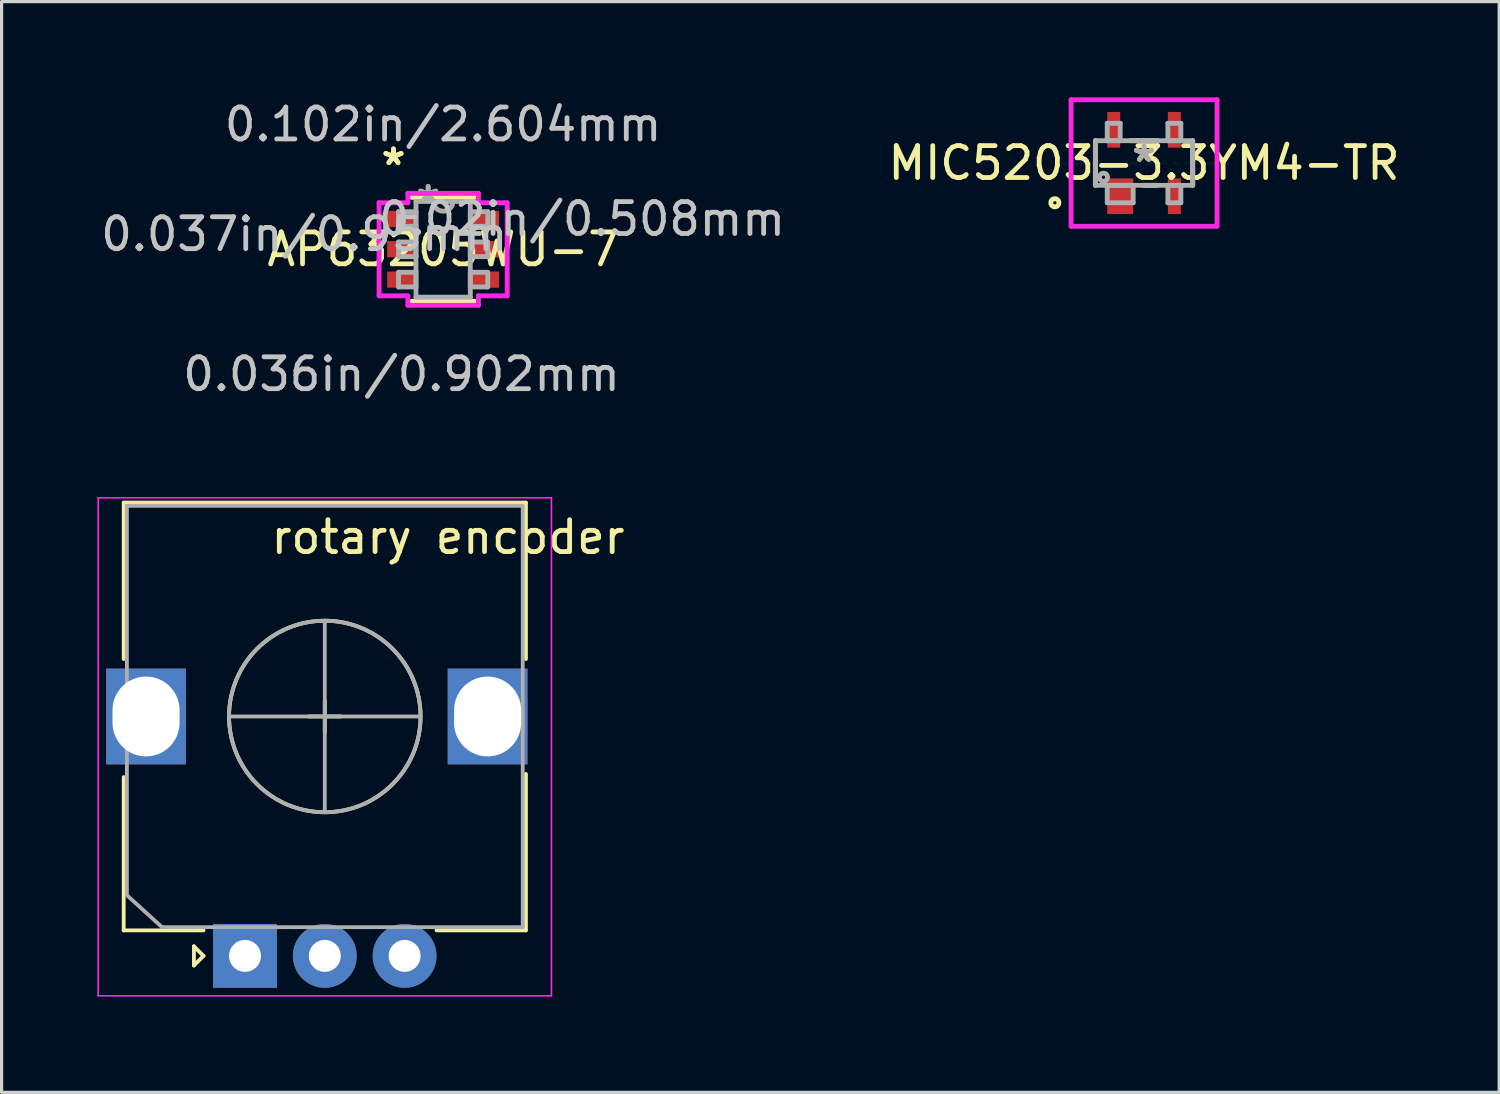
<source format=kicad_pcb>
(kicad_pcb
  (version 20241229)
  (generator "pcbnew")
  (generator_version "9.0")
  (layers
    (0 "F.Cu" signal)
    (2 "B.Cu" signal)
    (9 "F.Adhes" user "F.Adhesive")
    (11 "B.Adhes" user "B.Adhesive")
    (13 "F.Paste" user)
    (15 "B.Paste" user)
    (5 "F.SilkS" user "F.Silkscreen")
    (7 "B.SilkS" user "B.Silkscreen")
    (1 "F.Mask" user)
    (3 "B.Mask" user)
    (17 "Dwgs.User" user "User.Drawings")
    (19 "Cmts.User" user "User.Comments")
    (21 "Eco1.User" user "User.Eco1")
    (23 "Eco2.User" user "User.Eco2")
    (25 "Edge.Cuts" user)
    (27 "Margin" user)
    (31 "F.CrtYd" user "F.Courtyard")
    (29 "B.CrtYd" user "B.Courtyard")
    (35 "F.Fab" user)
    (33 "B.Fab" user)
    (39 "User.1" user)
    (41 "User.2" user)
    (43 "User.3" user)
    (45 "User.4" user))
  (footprint "MIC5203-3.3YM4-TR"
    (layer "F.Cu")
    (at 32.789 2.057)
    (property "Reference" "MIC5203-3.3YM4-TR" (at 0 0 0) (layer "F.SilkS") (effects (font (size 1 1) (thickness 0.15))))
    (attr through_hole)
    (fp_line (start -1.524 0.699) (end -1.524 -0.699) (stroke (width 0.152) (type solid)) (layer "F.SilkS"))
    (fp_line (start -0.414 -0.699) (end 0.414 -0.699) (stroke (width 0.152) (type solid)) (layer "F.SilkS"))
    (fp_line (start 0.414 0.699) (end -0.008 0.699) (stroke (width 0.152) (type solid)) (layer "F.SilkS"))
    (fp_line (start 1.524 -0.699) (end 1.524 0.699) (stroke (width 0.152) (type solid)) (layer "F.SilkS"))
    (fp_circle (center -2.794 1.245) (end -2.667 1.245) (stroke (width 0.152) (type solid)) (fill no) (layer "F.SilkS"))
    (fp_line (start -2.286 -1.981) (end 2.286 -1.981) (stroke (width 0.152) (type solid)) (layer "F.CrtYd"))
    (fp_line (start -2.286 1.981) (end -2.286 -1.981) (stroke (width 0.152) (type solid)) (layer "F.CrtYd"))
    (fp_line (start 2.286 -1.981) (end 2.286 1.981) (stroke (width 0.152) (type solid)) (layer "F.CrtYd"))
    (fp_line (start 2.286 1.981) (end -2.286 1.981) (stroke (width 0.152) (type solid)) (layer "F.CrtYd"))
    (fp_line (start -1.524 -0.699) (end 1.524 -0.699) (stroke (width 0.152) (type solid)) (layer "F.Fab"))
    (fp_line (start -1.524 0.699) (end -1.524 -0.699) (stroke (width 0.152) (type solid)) (layer "F.Fab"))
    (fp_line (start -1.153 -1.245) (end -1.153 -0.699) (stroke (width 0.152) (type solid)) (layer "F.Fab"))
    (fp_line (start -1.153 -0.699) (end -0.747 -0.699) (stroke (width 0.152) (type solid)) (layer "F.Fab"))
    (fp_line (start -1.153 0.699) (end -1.153 1.245) (stroke (width 0.152) (type solid)) (layer "F.Fab"))
    (fp_line (start -1.153 1.245) (end -0.34 1.245) (stroke (width 0.152) (type solid)) (layer "F.Fab"))
    (fp_line (start -0.747 -1.245) (end -1.153 -1.245) (stroke (width 0.152) (type solid)) (layer "F.Fab"))
    (fp_line (start -0.747 -0.699) (end -0.747 -1.245) (stroke (width 0.152) (type solid)) (layer "F.Fab"))
    (fp_line (start -0.34 0.699) (end -1.153 0.699) (stroke (width 0.152) (type solid)) (layer "F.Fab"))
    (fp_line (start -0.34 1.245) (end -0.34 0.699) (stroke (width 0.152) (type solid)) (layer "F.Fab"))
    (fp_line (start 0.747 -1.245) (end 0.747 -0.699) (stroke (width 0.152) (type solid)) (layer "F.Fab"))
    (fp_line (start 0.747 -0.699) (end 1.153 -0.699) (stroke (width 0.152) (type solid)) (layer "F.Fab"))
    (fp_line (start 0.747 0.699) (end 0.747 1.245) (stroke (width 0.152) (type solid)) (layer "F.Fab"))
    (fp_line (start 0.747 1.245) (end 1.153 1.245) (stroke (width 0.152) (type solid)) (layer "F.Fab"))
    (fp_line (start 1.153 -1.245) (end 0.747 -1.245) (stroke (width 0.152) (type solid)) (layer "F.Fab"))
    (fp_line (start 1.153 -0.699) (end 1.153 -1.245) (stroke (width 0.152) (type solid)) (layer "F.Fab"))
    (fp_line (start 1.153 0.699) (end 0.747 0.699) (stroke (width 0.152) (type solid)) (layer "F.Fab"))
    (fp_line (start 1.153 1.245) (end 1.153 0.699) (stroke (width 0.152) (type solid)) (layer "F.Fab"))
    (fp_line (start 1.524 -0.699) (end 1.524 0.699) (stroke (width 0.152) (type solid)) (layer "F.Fab"))
    (fp_line (start 1.524 0.699) (end -1.524 0.699) (stroke (width 0.152) (type solid)) (layer "F.Fab"))
    (fp_circle (center -1.27 0.445) (end -1.143 0.445) (stroke (width 0.152) (type solid)) (fill no) (layer "F.Fab"))
    (fp_text user "*" (at 0 0 0) (layer "F.SilkS") (effects (font (size 1 1) (thickness 0.15))))
    (fp_text user "Copyright 2016 Accelerated Designs. All rights reserved." (at 0 0 0) (layer "Cmts.User") (effects (font (size 0.127 0.127) (thickness 0.002))))
    (fp_text user "*" (at 0 0 0) (layer "F.Fab") (effects (font (size 1 1) (thickness 0.15))))
    (pad "1" smd rect (at -0.747 1.041) (size 0.813 1.118) (layers "F.Cu" "F.Mask" "F.Paste"))
    (pad "2" smd rect (at 0.95 1.041) (size 0.406 1.118) (layers "F.Cu" "F.Mask" "F.Paste"))
    (pad "3" smd rect (at 0.95 -1.041) (size 0.406 1.118) (layers "F.Cu" "F.Mask" "F.Paste"))
    (pad "4" smd rect (at -0.95 -1.041) (size 0.406 1.118) (layers "F.Cu" "F.Mask" "F.Paste")))
  (footprint "AP63205WU-7"
    (layer "F.Cu")
    (at 10.832 4.76)
    (property "Reference" "AP63205WU-7" (at 0 0 0) (layer "F.SilkS") (effects (font (size 1 1) (thickness 0.15))))
    (attr through_hole)
    (fp_line (start -0.978 1.626) (end 0.978 1.626) (stroke (width 0.152) (type solid)) (layer "F.SilkS"))
    (fp_line (start 0.978 -1.626) (end -0.978 -1.626) (stroke (width 0.152) (type solid)) (layer "F.SilkS"))
    (fp_line (start -2.007 -1.458) (end -1.105 -1.458) (stroke (width 0.152) (type solid)) (layer "F.CrtYd"))
    (fp_line (start -2.007 1.458) (end -2.007 -1.458) (stroke (width 0.152) (type solid)) (layer "F.CrtYd"))
    (fp_line (start -1.105 -1.753) (end 1.105 -1.753) (stroke (width 0.152) (type solid)) (layer "F.CrtYd"))
    (fp_line (start -1.105 -1.458) (end -1.105 -1.753) (stroke (width 0.152) (type solid)) (layer "F.CrtYd"))
    (fp_line (start -1.105 1.458) (end -2.007 1.458) (stroke (width 0.152) (type solid)) (layer "F.CrtYd"))
    (fp_line (start -1.105 1.753) (end -1.105 1.458) (stroke (width 0.152) (type solid)) (layer "F.CrtYd"))
    (fp_line (start 1.105 -1.753) (end 1.105 -1.458) (stroke (width 0.152) (type solid)) (layer "F.CrtYd"))
    (fp_line (start 1.105 -1.458) (end 2.007 -1.458) (stroke (width 0.152) (type solid)) (layer "F.CrtYd"))
    (fp_line (start 1.105 1.458) (end 1.105 1.753) (stroke (width 0.152) (type solid)) (layer "F.CrtYd"))
    (fp_line (start 1.105 1.753) (end -1.105 1.753) (stroke (width 0.152) (type solid)) (layer "F.CrtYd"))
    (fp_line (start 2.007 -1.458) (end 2.007 1.458) (stroke (width 0.152) (type solid)) (layer "F.CrtYd"))
    (fp_line (start 2.007 1.458) (end 1.105 1.458) (stroke (width 0.152) (type solid)) (layer "F.CrtYd"))
    (fp_line (start -1.397 -1.179) (end -1.397 -0.721) (stroke (width 0.152) (type solid)) (layer "F.Fab"))
    (fp_line (start -1.397 -0.721) (end -0.851 -0.721) (stroke (width 0.152) (type solid)) (layer "F.Fab"))
    (fp_line (start -1.397 -0.229) (end -1.397 0.229) (stroke (width 0.152) (type solid)) (layer "F.Fab"))
    (fp_line (start -1.397 0.229) (end -0.851 0.229) (stroke (width 0.152) (type solid)) (layer "F.Fab"))
    (fp_line (start -1.397 0.721) (end -1.397 1.179) (stroke (width 0.152) (type solid)) (layer "F.Fab"))
    (fp_line (start -1.397 1.179) (end -0.851 1.179) (stroke (width 0.152) (type solid)) (layer "F.Fab"))
    (fp_line (start -0.851 -1.499) (end -0.851 1.499) (stroke (width 0.152) (type solid)) (layer "F.Fab"))
    (fp_line (start -0.851 -1.179) (end -1.397 -1.179) (stroke (width 0.152) (type solid)) (layer "F.Fab"))
    (fp_line (start -0.851 -0.721) (end -0.851 -1.179) (stroke (width 0.152) (type solid)) (layer "F.Fab"))
    (fp_line (start -0.851 -0.229) (end -1.397 -0.229) (stroke (width 0.152) (type solid)) (layer "F.Fab"))
    (fp_line (start -0.851 0.229) (end -0.851 -0.229) (stroke (width 0.152) (type solid)) (layer "F.Fab"))
    (fp_line (start -0.851 0.721) (end -1.397 0.721) (stroke (width 0.152) (type solid)) (layer "F.Fab"))
    (fp_line (start -0.851 1.179) (end -0.851 0.721) (stroke (width 0.152) (type solid)) (layer "F.Fab"))
    (fp_line (start -0.851 1.499) (end 0.851 1.499) (stroke (width 0.152) (type solid)) (layer "F.Fab"))
    (fp_line (start 0.851 -1.499) (end -0.851 -1.499) (stroke (width 0.152) (type solid)) (layer "F.Fab"))
    (fp_line (start 0.851 -1.179) (end 0.851 -0.721) (stroke (width 0.152) (type solid)) (layer "F.Fab"))
    (fp_line (start 0.851 -0.721) (end 1.397 -0.721) (stroke (width 0.152) (type solid)) (layer "F.Fab"))
    (fp_line (start 0.851 -0.229) (end 0.851 0.229) (stroke (width 0.152) (type solid)) (layer "F.Fab"))
    (fp_line (start 0.851 0.229) (end 1.397 0.229) (stroke (width 0.152) (type solid)) (layer "F.Fab"))
    (fp_line (start 0.851 0.721) (end 0.851 1.179) (stroke (width 0.152) (type solid)) (layer "F.Fab"))
    (fp_line (start 0.851 1.179) (end 1.397 1.179) (stroke (width 0.152) (type solid)) (layer "F.Fab"))
    (fp_line (start 0.851 1.499) (end 0.851 -1.499) (stroke (width 0.152) (type solid)) (layer "F.Fab"))
    (fp_line (start 1.397 -1.179) (end 0.851 -1.179) (stroke (width 0.152) (type solid)) (layer "F.Fab"))
    (fp_line (start 1.397 -0.721) (end 1.397 -1.179) (stroke (width 0.152) (type solid)) (layer "F.Fab"))
    (fp_line (start 1.397 -0.229) (end 0.851 -0.229) (stroke (width 0.152) (type solid)) (layer "F.Fab"))
    (fp_line (start 1.397 0.229) (end 1.397 -0.229) (stroke (width 0.152) (type solid)) (layer "F.Fab"))
    (fp_line (start 1.397 0.721) (end 0.851 0.721) (stroke (width 0.152) (type solid)) (layer "F.Fab"))
    (fp_line (start 1.397 1.179) (end 1.397 0.721) (stroke (width 0.152) (type solid)) (layer "F.Fab"))
    (fp_arc (start 0.3048 -1.4986) (mid 0 -1.1938) (end -0.3048 -1.4986) (stroke (width 0.1524) (type solid)) (layer "F.Fab"))
    (fp_text user "*" (at -1.556 -2.601 0) (layer "F.SilkS") (effects (font (size 1 1) (thickness 0.15))))
    (fp_text user "*" (at -1.556 -2.601 0) (layer "F.SilkS") (effects (font (size 1 1) (thickness 0.15))))
    (fp_text user "0.102in/2.604mm" (at 0 -3.912 0) (layer "Dwgs.User") (effects (font (size 1 1) (thickness 0.15))))
    (fp_text user "0.037in/0.95mm" (at -4.35 -0.475 0) (layer "Dwgs.User") (effects (font (size 1 1) (thickness 0.15))))
    (fp_text user "0.02in/0.508mm" (at 4.35 -0.95 0) (layer "Dwgs.User") (effects (font (size 1 1) (thickness 0.15))))
    (fp_text user "0.036in/0.902mm" (at -1.302 3.912 0) (layer "Dwgs.User") (effects (font (size 1 1) (thickness 0.15))))
    (fp_text user "Copyright 2016 Accelerated Designs. All rights reserved." (at 0 0 0) (layer "Cmts.User") (effects (font (size 0.127 0.127) (thickness 0.002))))
    (fp_text user "*" (at -0.47 -1.422 0) (layer "F.Fab") (effects (font (size 1 1) (thickness 0.15))))
    (fp_text user "*" (at -0.47 -1.422 0) (layer "F.Fab") (effects (font (size 1 1) (thickness 0.15))))
    (pad "1" smd rect (at -1.302 -0.95) (size 0.902 0.508) (layers "F.Cu" "F.Mask" "F.Paste"))
    (pad "2" smd rect (at -1.302 0) (size 0.902 0.508) (layers "F.Cu" "F.Mask" "F.Paste"))
    (pad "3" smd rect (at -1.302 0.95) (size 0.902 0.508) (layers "F.Cu" "F.Mask" "F.Paste"))
    (pad "4" smd rect (at 1.302 0.95) (size 0.902 0.508) (layers "F.Cu" "F.Mask" "F.Paste"))
    (pad "5" smd rect (at 1.302 0) (size 0.902 0.508) (layers "F.Cu" "F.Mask" "F.Paste"))
    (pad "6" smd rect (at 1.302 -0.95) (size 0.902 0.508) (layers "F.Cu" "F.Mask" "F.Paste")))
  (footprint "rotary encoder"
    (layer "F.Cu")
    (at 7.165 18.645)
    (property "Reference" "rotary encoder" (at 3.82 -4.87 180) (layer "F.SilkS") (effects (font (size 1 1) (thickness 0.15))))
    (attr through_hole)
    (fp_line (start -6.34 -5.95) (end 6.26 -5.95) (stroke (width 0.12) (type solid)) (layer "F.SilkS"))
    (fp_line (start -6.34 -1.05) (end -6.34 -5.95) (stroke (width 0.12) (type solid)) (layer "F.SilkS"))
    (fp_line (start -6.34 2.65) (end -6.34 7.45) (stroke (width 0.12) (type solid)) (layer "F.SilkS"))
    (fp_line (start -6.34 7.45) (end -3.84 7.45) (stroke (width 0.12) (type solid)) (layer "F.SilkS"))
    (fp_line (start -4.14 7.95) (end -3.84 8.25) (stroke (width 0.12) (type solid)) (layer "F.SilkS"))
    (fp_line (start -4.14 8.55) (end -4.14 7.95) (stroke (width 0.12) (type solid)) (layer "F.SilkS"))
    (fp_line (start -3.84 8.25) (end -4.14 8.55) (stroke (width 0.12) (type solid)) (layer "F.SilkS"))
    (fp_line (start -0.54 0.75) (end 0.46 0.75) (stroke (width 0.12) (type solid)) (layer "F.SilkS"))
    (fp_line (start -0.04 1.25) (end -0.04 0.25) (stroke (width 0.12) (type solid)) (layer "F.SilkS"))
    (fp_line (start 6.26 -5.95) (end 6.26 -1.05) (stroke (width 0.12) (type solid)) (layer "F.SilkS"))
    (fp_line (start 6.26 2.55) (end 6.26 7.45) (stroke (width 0.12) (type solid)) (layer "F.SilkS"))
    (fp_line (start 6.26 7.45) (end 3.46 7.45) (stroke (width 0.12) (type solid)) (layer "F.SilkS"))
    (fp_circle (center -0.04 0.75) (end -0.04 -2.25) (stroke (width 0.12) (type solid)) (fill no) (layer "F.SilkS"))
    (fp_line (start -7.14 9.5) (end -7.14 -6.1) (stroke (width 0.05) (type solid)) (layer "F.CrtYd"))
    (fp_line (start -7.14 9.5) (end 7.06 9.5) (stroke (width 0.05) (type solid)) (layer "F.CrtYd"))
    (fp_line (start 7.06 -6.1) (end -7.14 -6.1) (stroke (width 0.05) (type solid)) (layer "F.CrtYd"))
    (fp_line (start 7.06 -6.1) (end 7.06 9.5) (stroke (width 0.05) (type solid)) (layer "F.CrtYd"))
    (fp_line (start -6.24 -5.85) (end 6.16 -5.85) (stroke (width 0.12) (type solid)) (layer "F.Fab"))
    (fp_line (start -6.24 6.35) (end -6.24 -5.85) (stroke (width 0.12) (type solid)) (layer "F.Fab"))
    (fp_line (start -5.14 7.35) (end -6.24 6.35) (stroke (width 0.12) (type solid)) (layer "F.Fab"))
    (fp_line (start -3.04 0.75) (end 2.96 0.75) (stroke (width 0.12) (type solid)) (layer "F.Fab"))
    (fp_line (start -0.04 3.75) (end -0.04 -2.25) (stroke (width 0.12) (type solid)) (layer "F.Fab"))
    (fp_line (start 6.16 -5.85) (end 6.16 7.35) (stroke (width 0.12) (type solid)) (layer "F.Fab"))
    (fp_line (start 6.16 7.35) (end -5.14 7.35) (stroke (width 0.12) (type solid)) (layer "F.Fab"))
    (fp_circle (center -0.04 0.75) (end -0.04 -2.25) (stroke (width 0.12) (type solid)) (fill no) (layer "F.Fab"))
    (pad "A" thru_hole rect (at -2.54 8.25 90) (size 2 2) (drill 1) (layers "*.Cu" "*.Mask"))
    (pad "B" thru_hole circle (at 2.46 8.25 90) (size 2 2) (drill 1) (layers "*.Cu" "*.Mask"))
    (pad "C" thru_hole circle (at -0.04 8.25 90) (size 2 2) (drill 1) (layers "*.Cu" "*.Mask"))
    (pad "MP" thru_hole rect (at -5.64 0.75 90) (size 3 2.5) (drill oval 2.5 2.1) (layers "*.Cu" "*.Mask"))
    (pad "MP" thru_hole rect (at 5.06 0.75 90) (size 3 2.5) (drill oval 2.5 2.1) (layers "*.Cu" "*.Mask")))
  (gr_rect
    (start -3 -3)
    (end 43.914 31.17)
    (stroke (width 0.1) (type default))
    (fill no)
    (layer "Edge.Cuts")))
</source>
